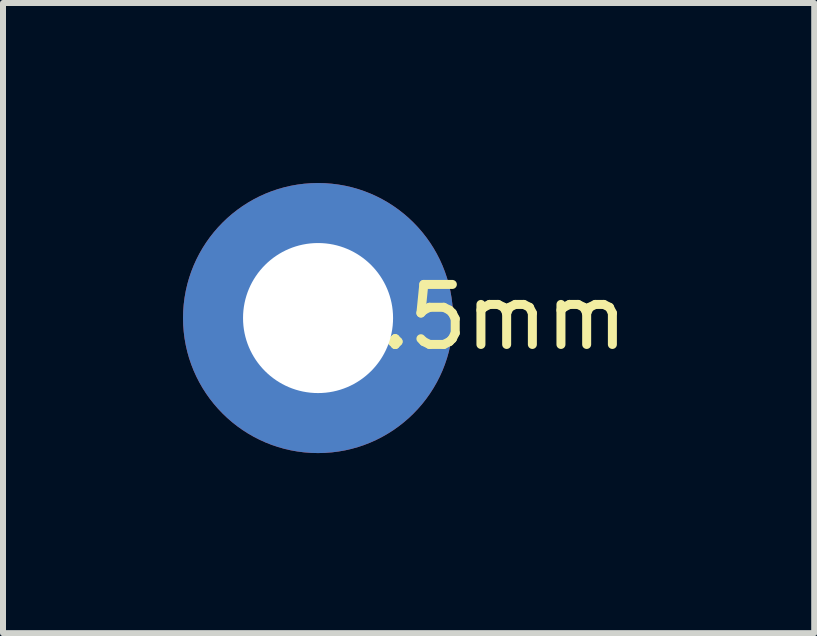
<source format=kicad_pcb>
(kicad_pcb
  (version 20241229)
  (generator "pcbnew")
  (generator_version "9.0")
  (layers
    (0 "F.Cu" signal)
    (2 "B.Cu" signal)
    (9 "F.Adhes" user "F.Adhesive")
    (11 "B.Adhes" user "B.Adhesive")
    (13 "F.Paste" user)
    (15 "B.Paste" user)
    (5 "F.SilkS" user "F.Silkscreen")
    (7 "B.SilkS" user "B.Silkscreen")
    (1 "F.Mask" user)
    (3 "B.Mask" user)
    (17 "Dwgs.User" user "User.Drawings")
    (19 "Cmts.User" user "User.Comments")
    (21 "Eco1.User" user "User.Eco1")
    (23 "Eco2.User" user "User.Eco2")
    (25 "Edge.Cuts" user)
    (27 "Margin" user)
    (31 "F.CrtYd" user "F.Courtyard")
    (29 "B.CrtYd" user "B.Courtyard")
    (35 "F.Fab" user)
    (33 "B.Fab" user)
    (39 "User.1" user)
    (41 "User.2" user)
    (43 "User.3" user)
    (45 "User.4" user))
  (footprint "2.5mm"
    (layer "F.Cu")
    (at 2.25 2.25)
    (property "Reference" "2.5mm" (at 2.619 -0.015 0) (layer "F.SilkS") (effects (font (size 1 1) (thickness 0.15))))
    (attr through_hole)
    (pad "1" thru_hole circle (at 0 0) (size 4.5 4.5) (drill 2.5) (layers "*.Cu")))
  (gr_rect
    (start -3 -3)
    (end 10.518 7.5)
    (stroke (width 0.1) (type default))
    (fill no)
    (layer "Edge.Cuts")))
</source>
